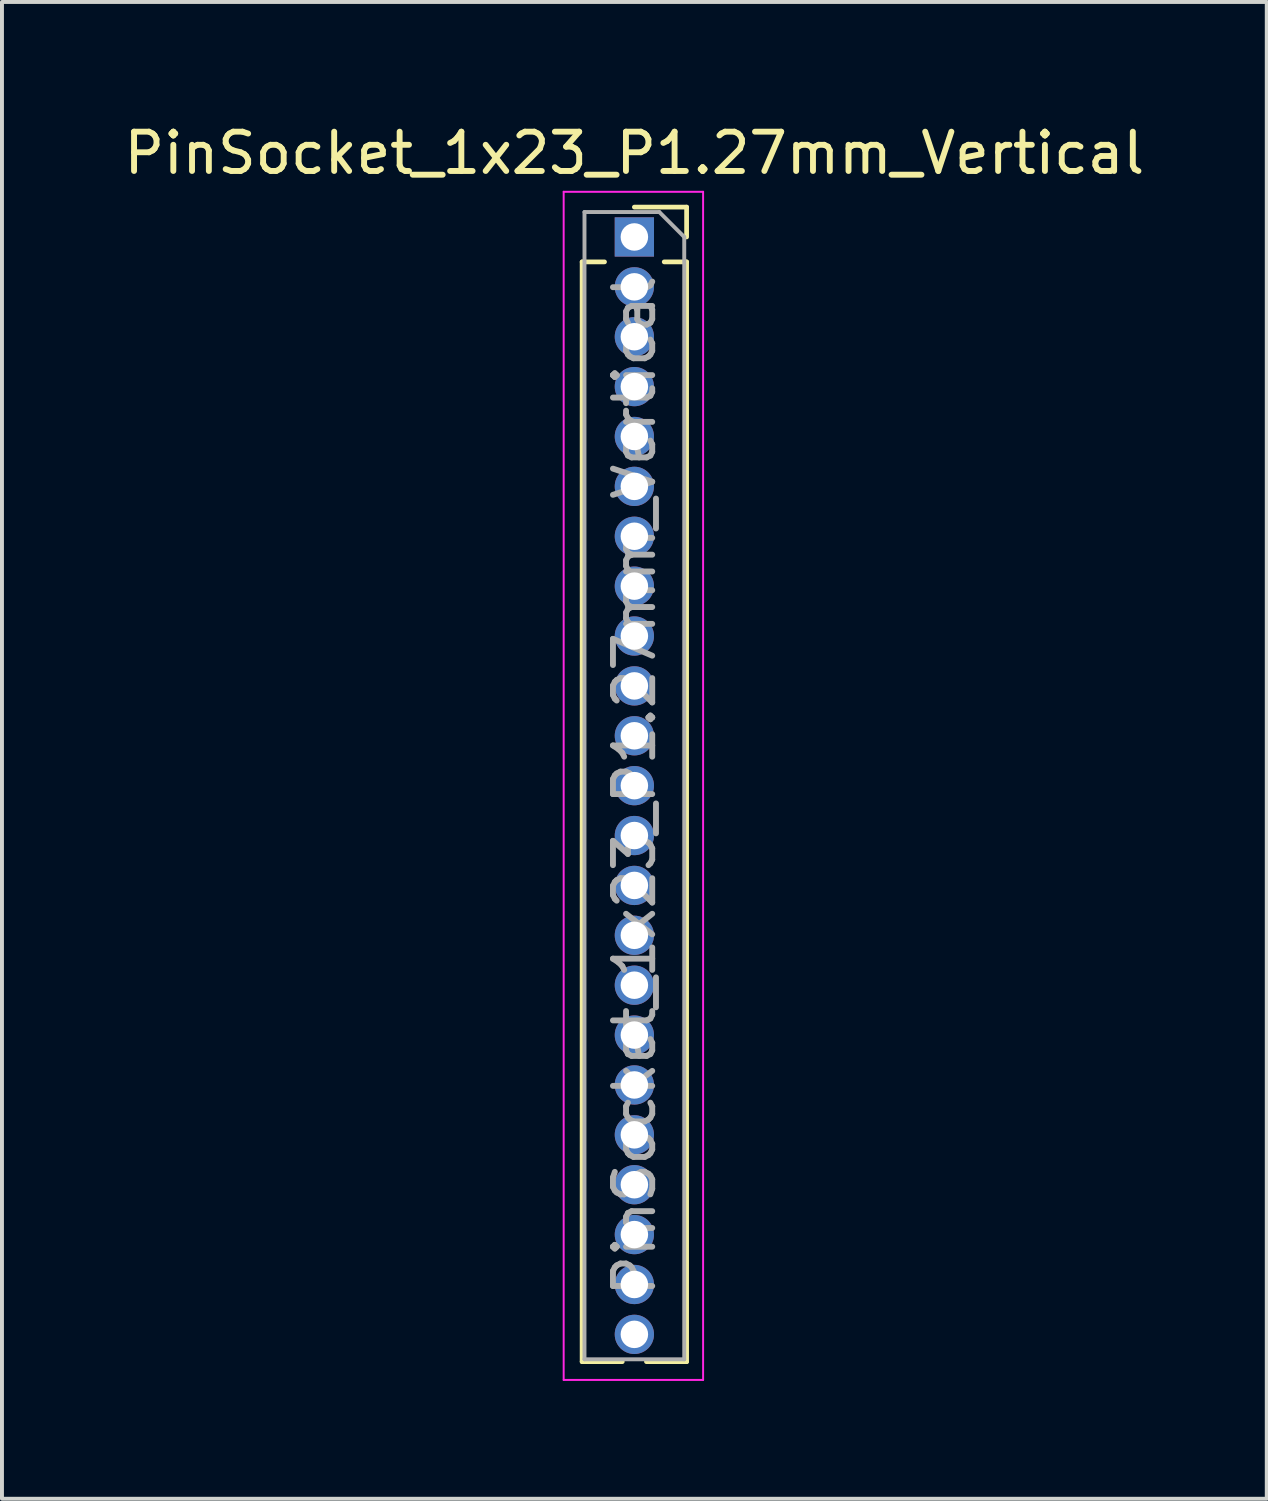
<source format=kicad_pcb>
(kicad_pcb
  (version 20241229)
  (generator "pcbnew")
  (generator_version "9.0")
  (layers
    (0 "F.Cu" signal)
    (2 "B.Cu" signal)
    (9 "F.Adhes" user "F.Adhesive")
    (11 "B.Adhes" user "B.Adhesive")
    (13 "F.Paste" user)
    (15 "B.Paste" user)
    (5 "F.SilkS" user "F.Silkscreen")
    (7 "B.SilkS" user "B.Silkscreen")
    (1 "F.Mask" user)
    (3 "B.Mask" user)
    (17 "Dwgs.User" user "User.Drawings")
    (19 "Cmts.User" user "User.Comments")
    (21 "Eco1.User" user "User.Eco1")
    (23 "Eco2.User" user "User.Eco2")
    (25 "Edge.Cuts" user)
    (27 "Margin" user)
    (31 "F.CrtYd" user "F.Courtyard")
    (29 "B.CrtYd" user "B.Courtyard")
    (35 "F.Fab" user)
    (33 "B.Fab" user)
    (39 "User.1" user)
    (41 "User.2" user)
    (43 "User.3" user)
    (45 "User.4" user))
  (footprint "PinSocket_1x23_P1.27mm_Vertical"
    (layer "F.Cu")
    (at 13.101 2.983)
    (property "Reference" "PinSocket_1x23_P1.27mm_Vertical" (at 0 -2.135 0) (layer "F.SilkS") (effects (font (size 1 1) (thickness 0.15))))
    (attr through_hole)
    (fp_line (start -1.33 0.635) (end -1.33 28.635) (stroke (width 0.12) (type solid)) (layer "F.SilkS"))
    (fp_line (start -1.33 0.635) (end -0.76 0.635) (stroke (width 0.12) (type solid)) (layer "F.SilkS"))
    (fp_line (start -1.33 28.635) (end -0.308 28.635) (stroke (width 0.12) (type solid)) (layer "F.SilkS"))
    (fp_line (start 0 -0.76) (end 1.33 -0.76) (stroke (width 0.12) (type solid)) (layer "F.SilkS"))
    (fp_line (start 0.308 28.635) (end 1.33 28.635) (stroke (width 0.12) (type solid)) (layer "F.SilkS"))
    (fp_line (start 0.76 0.635) (end 1.33 0.635) (stroke (width 0.12) (type solid)) (layer "F.SilkS"))
    (fp_line (start 1.33 -0.76) (end 1.33 0) (stroke (width 0.12) (type solid)) (layer "F.SilkS"))
    (fp_line (start 1.33 0.635) (end 1.33 28.635) (stroke (width 0.12) (type solid)) (layer "F.SilkS"))
    (fp_line (start -1.8 -1.15) (end 1.75 -1.15) (stroke (width 0.05) (type solid)) (layer "F.CrtYd"))
    (fp_line (start -1.8 29.1) (end -1.8 -1.15) (stroke (width 0.05) (type solid)) (layer "F.CrtYd"))
    (fp_line (start 1.75 -1.15) (end 1.75 29.1) (stroke (width 0.05) (type solid)) (layer "F.CrtYd"))
    (fp_line (start 1.75 29.1) (end -1.8 29.1) (stroke (width 0.05) (type solid)) (layer "F.CrtYd"))
    (fp_line (start -1.27 -0.635) (end 0.635 -0.635) (stroke (width 0.1) (type solid)) (layer "F.Fab"))
    (fp_line (start -1.27 28.575) (end -1.27 -0.635) (stroke (width 0.1) (type solid)) (layer "F.Fab"))
    (fp_line (start 0.635 -0.635) (end 1.27 0) (stroke (width 0.1) (type solid)) (layer "F.Fab"))
    (fp_line (start 1.27 0) (end 1.27 28.575) (stroke (width 0.1) (type solid)) (layer "F.Fab"))
    (fp_line (start 1.27 28.575) (end -1.27 28.575) (stroke (width 0.1) (type solid)) (layer "F.Fab"))
    (fp_text user "${REFERENCE}" (at 0 13.97 90) (layer "F.Fab") (effects (font (size 1 1) (thickness 0.15))))
    (pad "1" thru_hole rect (at 0 0) (size 1 1) (drill 0.7) (layers "*.Cu" "*.Mask"))
    (pad "2" thru_hole oval (at 0 1.27) (size 1 1) (drill 0.7) (layers "*.Cu" "*.Mask"))
    (pad "3" thru_hole oval (at 0 2.54) (size 1 1) (drill 0.7) (layers "*.Cu" "*.Mask"))
    (pad "4" thru_hole oval (at 0 3.81) (size 1 1) (drill 0.7) (layers "*.Cu" "*.Mask"))
    (pad "5" thru_hole oval (at 0 5.08) (size 1 1) (drill 0.7) (layers "*.Cu" "*.Mask"))
    (pad "6" thru_hole oval (at 0 6.35) (size 1 1) (drill 0.7) (layers "*.Cu" "*.Mask"))
    (pad "7" thru_hole oval (at 0 7.62) (size 1 1) (drill 0.7) (layers "*.Cu" "*.Mask"))
    (pad "8" thru_hole oval (at 0 8.89) (size 1 1) (drill 0.7) (layers "*.Cu" "*.Mask"))
    (pad "9" thru_hole oval (at 0 10.16) (size 1 1) (drill 0.7) (layers "*.Cu" "*.Mask"))
    (pad "10" thru_hole oval (at 0 11.43) (size 1 1) (drill 0.7) (layers "*.Cu" "*.Mask"))
    (pad "11" thru_hole oval (at 0 12.7) (size 1 1) (drill 0.7) (layers "*.Cu" "*.Mask"))
    (pad "12" thru_hole oval (at 0 13.97) (size 1 1) (drill 0.7) (layers "*.Cu" "*.Mask"))
    (pad "13" thru_hole oval (at 0 15.24) (size 1 1) (drill 0.7) (layers "*.Cu" "*.Mask"))
    (pad "14" thru_hole oval (at 0 16.51) (size 1 1) (drill 0.7) (layers "*.Cu" "*.Mask"))
    (pad "15" thru_hole oval (at 0 17.78) (size 1 1) (drill 0.7) (layers "*.Cu" "*.Mask"))
    (pad "16" thru_hole oval (at 0 19.05) (size 1 1) (drill 0.7) (layers "*.Cu" "*.Mask"))
    (pad "17" thru_hole oval (at 0 20.32) (size 1 1) (drill 0.7) (layers "*.Cu" "*.Mask"))
    (pad "18" thru_hole oval (at 0 21.59) (size 1 1) (drill 0.7) (layers "*.Cu" "*.Mask"))
    (pad "19" thru_hole oval (at 0 22.86) (size 1 1) (drill 0.7) (layers "*.Cu" "*.Mask"))
    (pad "20" thru_hole oval (at 0 24.13) (size 1 1) (drill 0.7) (layers "*.Cu" "*.Mask"))
    (pad "21" thru_hole oval (at 0 25.4) (size 1 1) (drill 0.7) (layers "*.Cu" "*.Mask"))
    (pad "22" thru_hole oval (at 0 26.67) (size 1 1) (drill 0.7) (layers "*.Cu" "*.Mask"))
    (pad "23" thru_hole oval (at 0 27.94) (size 1 1) (drill 0.7) (layers "*.Cu" "*.Mask")))
  (gr_rect
    (start -3 -3)
    (end 29.202 35.108)
    (stroke (width 0.1) (type default))
    (fill no)
    (layer "Edge.Cuts")))
</source>
